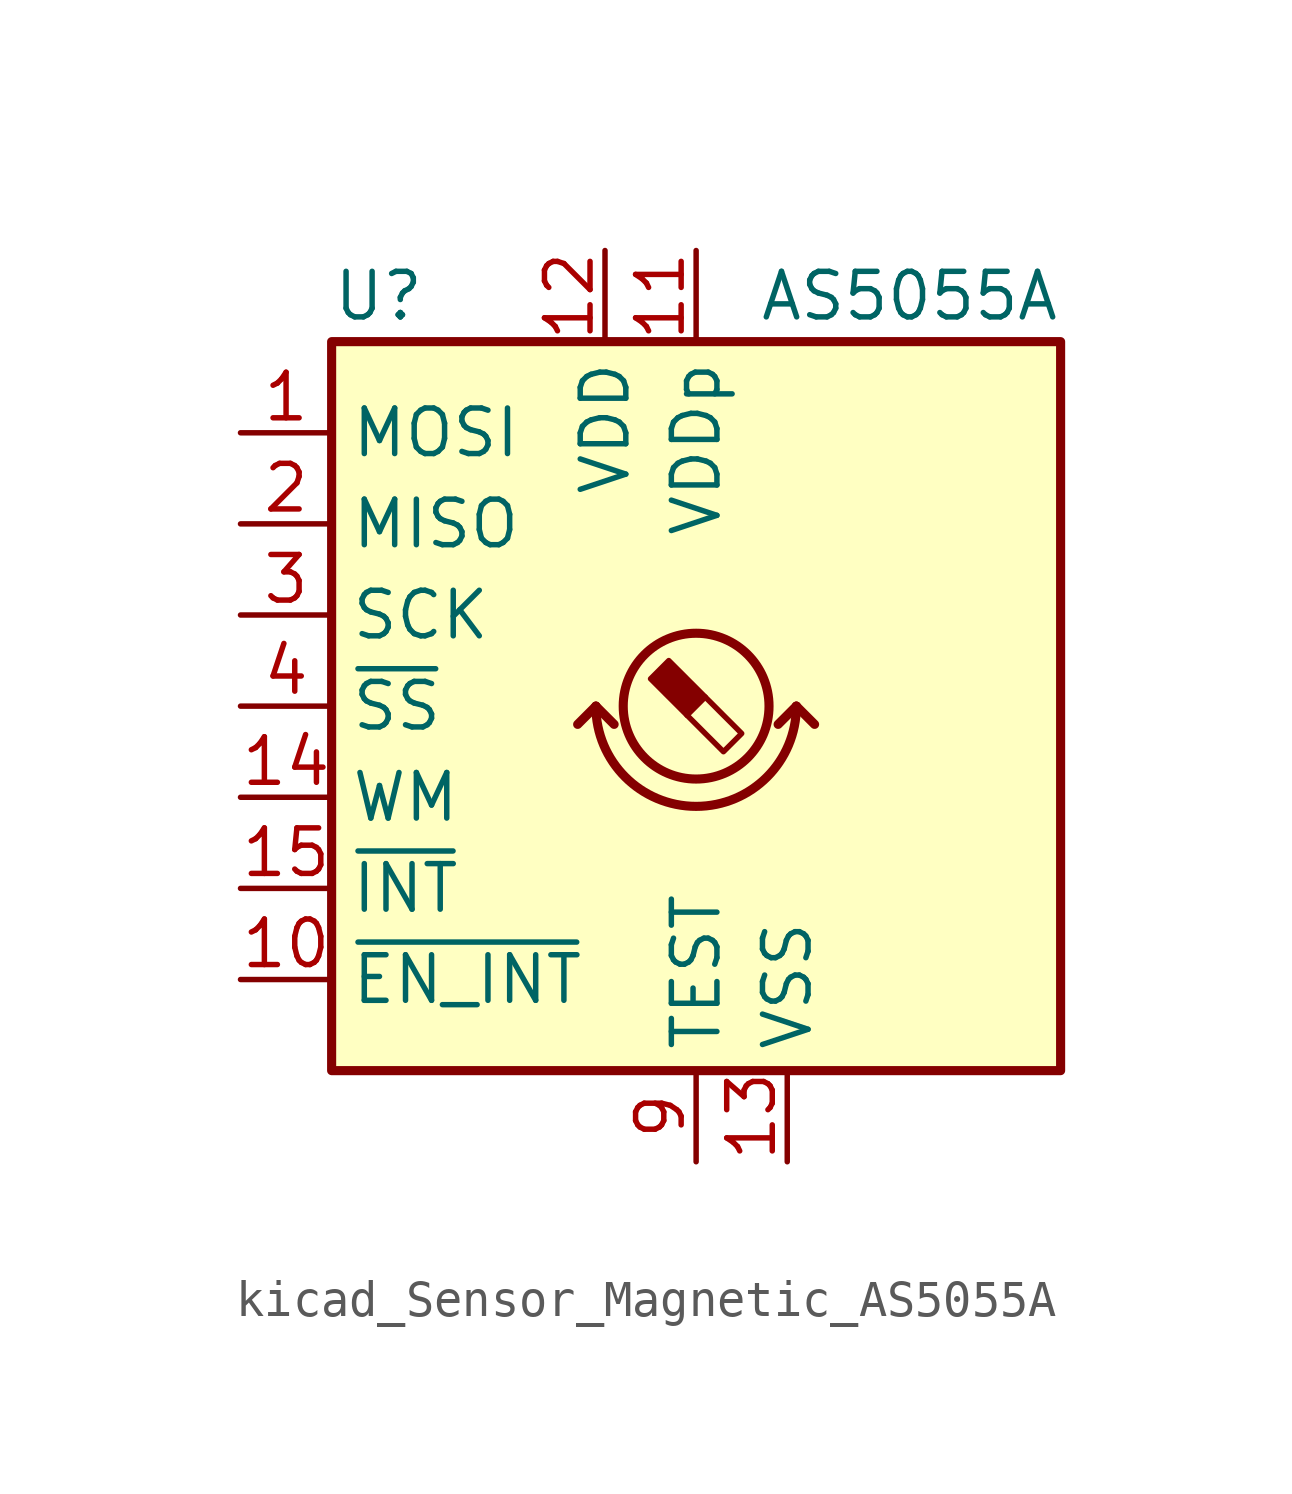
<source format=kicad_sym>
(kicad_symbol_lib
  (version 20220914)
  (generator kicad_symbol_editor)
  (symbol "kicad_Sensor_Magnetic_AS5055A"
    (property "Reference" "U"
      (at -10.16 11.43 0)
      (effects (font (size 1.27 1.27)) (justify left)))
    (property "Value" "AS5055A"
      (at 10.16 11.43 0)
      (effects (font (size 1.27 1.27)) (justify right)))
    (symbol "kicad_Sensor_Magnetic_AS5055A_0_1"
      (rectangle (start -10.16 10.16) (end 10.16 -10.16) (stroke (width 0.254) (type default)) (fill (type background)))
      (arc (start -2.794 0) (mid 0 -2.7819) (end 2.794 0) (stroke (width 0.254) (type default)) (fill (type none)))
      (polyline (pts (xy -2.794 0) (xy -3.302 -0.508)) (stroke (width 0.254) (type default)) (fill (type none)))
      (polyline (pts (xy -2.794 0) (xy -2.286 -0.508)) (stroke (width 0.254) (type default)) (fill (type none)))
      (polyline (pts (xy 2.794 0) (xy 2.286 -0.508)) (stroke (width 0.254) (type default)) (fill (type none)))
      (polyline (pts (xy 2.794 0) (xy 3.302 -0.508)) (stroke (width 0.254) (type default)) (fill (type none))))
    (symbol "kicad_Sensor_Magnetic_AS5055A_1_1"
      (polyline (pts (xy 0.254 0.254) (xy 1.27 -0.762) (xy 0.762 -1.27) (xy -0.254 -0.254)) (stroke (width 0) (type default)) (fill (type none)))
      (polyline (pts (xy -0.762 1.27) (xy 0.254 0.254) (xy -0.254 -0.254) (xy -1.27 0.762) (xy -1.016 1.016) (xy -0.762 1.27) (xy -0.635 1.143)) (stroke (width 0) (type default)) (fill (type outline)))
      (circle (center 0 0) (radius 2.032) (stroke (width 0.254) (type default)) (fill (type none)))
      (pin input line (at -12.7 7.62 0) (length 2.54) (name "MOSI" (effects (font (size 1.27 1.27)))) (number "1" (effects (font (size 1.27 1.27)))))
      (pin input line (at -12.7 -7.62 0) (length 2.54) (name "~{EN_INT}" (effects (font (size 1.27 1.27)))) (number "10" (effects (font (size 1.27 1.27)))))
      (pin power_in line (at 0 12.7 270) (length 2.54) (name "VDDp" (effects (font (size 1.27 1.27)))) (number "11" (effects (font (size 1.27 1.27)))))
      (pin power_in line (at -2.54 12.7 270) (length 2.54) (name "VDD" (effects (font (size 1.27 1.27)))) (number "12" (effects (font (size 1.27 1.27)))))
      (pin power_in line (at 2.54 -12.7 90) (length 2.54) (name "VSS" (effects (font (size 1.27 1.27)))) (number "13" (effects (font (size 1.27 1.27)))))
      (pin input line (at -12.7 -2.54 0) (length 2.54) (name "WM" (effects (font (size 1.27 1.27)))) (number "14" (effects (font (size 1.27 1.27)))))
      (pin output line (at -12.7 -5.08 0) (length 2.54) (name "~{INT}" (effects (font (size 1.27 1.27)))) (number "15" (effects (font (size 1.27 1.27)))))
      (pin no_connect line (at 5.08 -10.16 90) (length 2.54) hide (name "NC" (effects (font (size 1.27 1.27)))) (number "16" (effects (font (size 1.27 1.27)))))
      (pin no_connect line (at 7.62 -10.16 90) (length 2.54) hide (name "NC" (effects (font (size 1.27 1.27)))) (number "17" (effects (font (size 1.27 1.27)))))
      (pin output line (at -12.7 5.08 0) (length 2.54) (name "MISO" (effects (font (size 1.27 1.27)))) (number "2" (effects (font (size 1.27 1.27)))))
      (pin input line (at -12.7 2.54 0) (length 2.54) (name "SCK" (effects (font (size 1.27 1.27)))) (number "3" (effects (font (size 1.27 1.27)))))
      (pin input line (at -12.7 0 0) (length 2.54) (name "~{SS}" (effects (font (size 1.27 1.27)))) (number "4" (effects (font (size 1.27 1.27)))))
      (pin no_connect line (at 10.16 7.62 180) (length 2.54) hide (name "NC" (effects (font (size 1.27 1.27)))) (number "5" (effects (font (size 1.27 1.27)))))
      (pin no_connect line (at 10.16 5.08 180) (length 2.54) hide (name "NC" (effects (font (size 1.27 1.27)))) (number "6" (effects (font (size 1.27 1.27)))))
      (pin no_connect line (at 10.16 2.54 180) (length 2.54) hide (name "NC" (effects (font (size 1.27 1.27)))) (number "7" (effects (font (size 1.27 1.27)))))
      (pin no_connect line (at 10.16 0 180) (length 2.54) hide (name "NC" (effects (font (size 1.27 1.27)))) (number "8" (effects (font (size 1.27 1.27)))))
      (pin passive line (at 0 -12.7 90) (length 2.54) (name "TEST" (effects (font (size 1.27 1.27)))) (number "9" (effects (font (size 1.27 1.27))))))))
</source>
